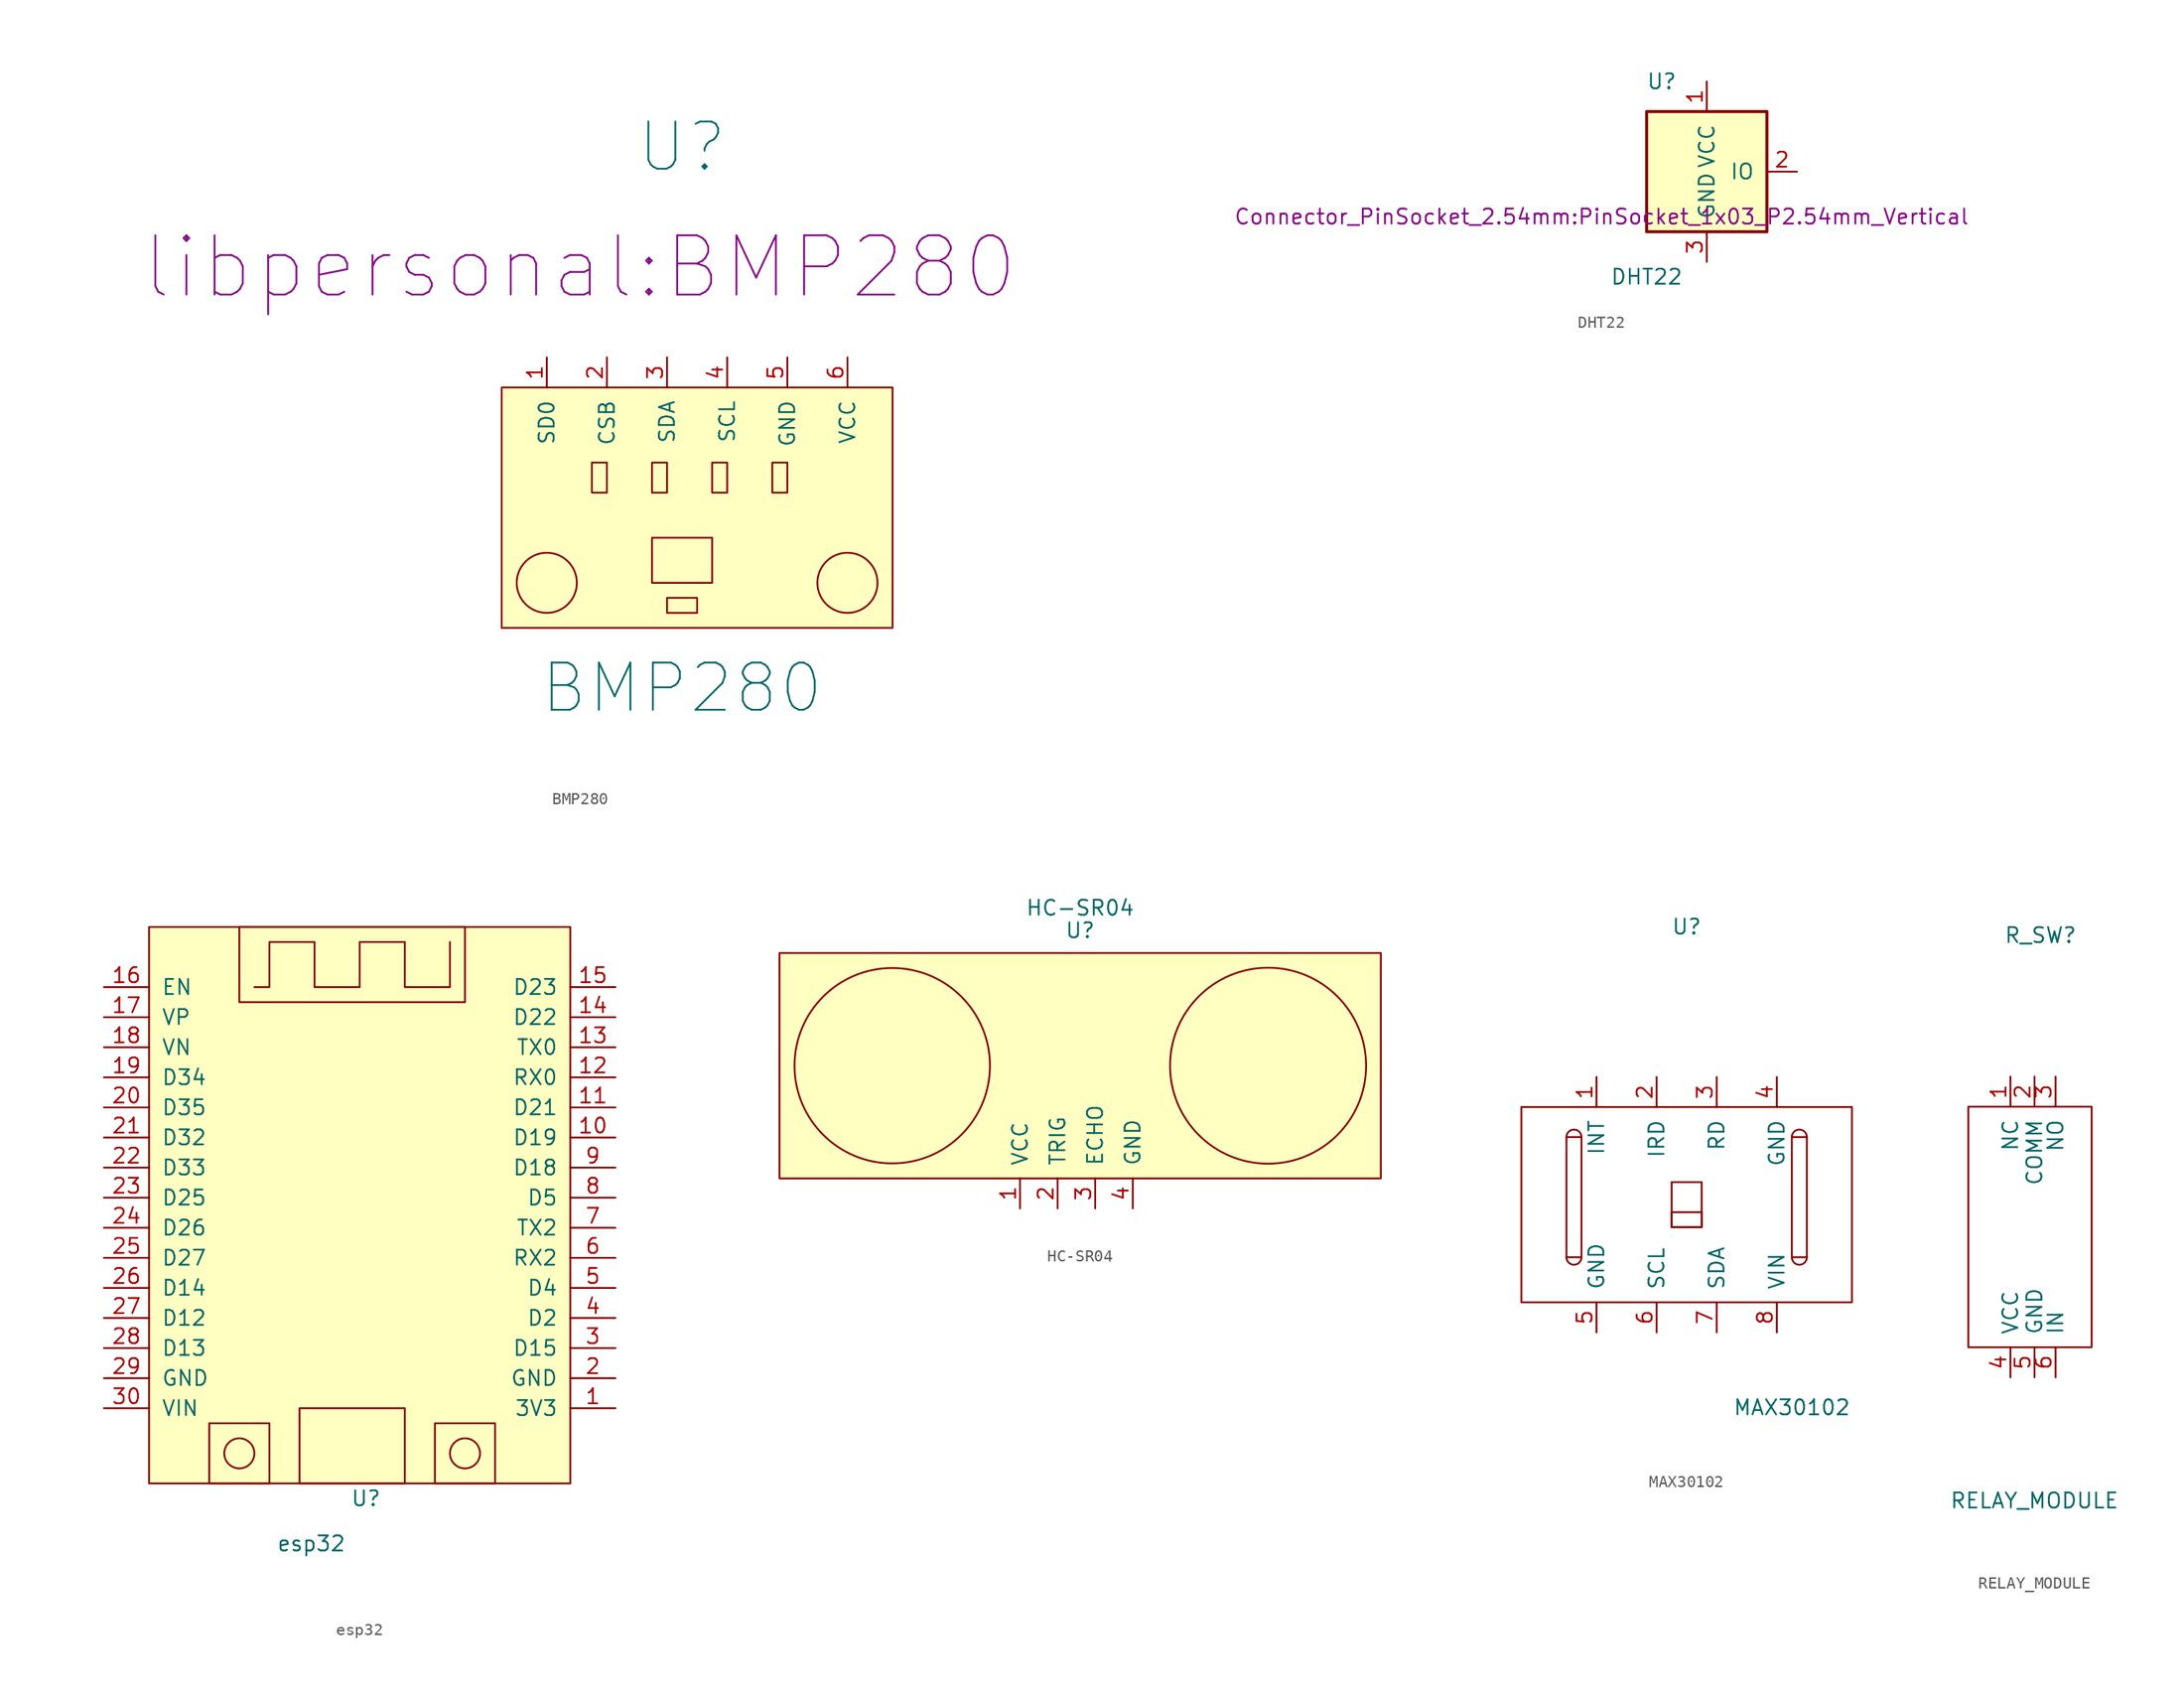
<source format=kicad_sym>
(kicad_symbol_lib
  (version 20211014)
  (generator kicad_symbol_editor)
  (symbol "BMP280"
    (pin_names
      (offset 1.016))
    (property "Reference" "U"
      (at 0 30.48 0)
      (effects (font (size 3.988 3.988))))
    (property "Value" "BMP280"
      (at 0 -15.24 0)
      (effects (font (size 3.988 3.988))))
    (property "Footprint" "libpersonal:BMP280"
      (at -8.636 20.32 0)
      (effects (font (size 5.004 5.004))))
    (symbol "BMP280_0_1"
      (rectangle (start -15.24 10.16) (end 17.78 -10.16) (stroke (width 0) (type default) (color 0 0 0 0)) (fill (type background)))
      (circle (center -11.43 -6.35) (radius 2.54) (stroke (width 0) (type default) (color 0 0 0 0)) (fill (type none)))
      (rectangle (start -7.62 3.81) (end -6.35 1.27) (stroke (width 0) (type default) (color 0 0 0 0)) (fill (type none)))
      (rectangle (start -2.54 -2.54) (end 2.54 -6.35) (stroke (width 0) (type default) (color 0 0 0 0)) (fill (type none)))
      (rectangle (start -2.54 3.81) (end -1.27 1.27) (stroke (width 0) (type default) (color 0 0 0 0)) (fill (type none)))
      (rectangle (start -1.27 -7.62) (end 1.27 -8.89) (stroke (width 0) (type default) (color 0 0 0 0)) (fill (type none)))
      (rectangle (start 2.54 3.81) (end 3.81 1.27) (stroke (width 0) (type default) (color 0 0 0 0)) (fill (type none)))
      (rectangle (start 7.62 3.81) (end 8.89 1.27) (stroke (width 0) (type default) (color 0 0 0 0)) (fill (type none)))
      (circle (center 13.97 -6.35) (radius 2.54) (stroke (width 0) (type default) (color 0 0 0 0)) (fill (type none))))
    (symbol "BMP280_1_1"
      (pin bidirectional line (at -11.43 12.7 270) (length 2.54) (name "SD0" (effects (font (size 1.27 1.27)))) (number "1" (effects (font (size 1.27 1.27)))))
      (pin bidirectional line (at -6.35 12.7 270) (length 2.54) (name "CSB" (effects (font (size 1.27 1.27)))) (number "2" (effects (font (size 1.27 1.27)))))
      (pin bidirectional line (at -1.27 12.7 270) (length 2.54) (name "SDA" (effects (font (size 1.27 1.27)))) (number "3" (effects (font (size 1.27 1.27)))))
      (pin bidirectional line (at 3.81 12.7 270) (length 2.54) (name "SCL" (effects (font (size 1.27 1.27)))) (number "4" (effects (font (size 1.27 1.27)))))
      (pin power_in line (at 8.89 12.7 270) (length 2.54) (name "GND" (effects (font (size 1.27 1.27)))) (number "5" (effects (font (size 1.27 1.27)))))
      (pin power_in line (at 13.97 12.7 270) (length 2.54) (name "VCC" (effects (font (size 1.27 1.27)))) (number "6" (effects (font (size 1.27 1.27)))))))
  (symbol "DHT22"
    (pin_names
      (offset 1.016))
    (property "Reference" "U"
      (at -3.81 8.89 0)
      (effects (font (size 1.27 1.27))))
    (property "Value" "DHT22"
      (at -5.08 -7.62 0)
      (effects (font (size 1.27 1.27))))
    (property "Footprint" "Connector_PinSocket_2.54mm:PinSocket_1x03_P2.54mm_Vertical"
      (at -8.89 -2.54 0)
      (effects (font (size 1.27 1.27))))
    (symbol "DHT22_1_1"
      (rectangle (start -5.08 6.35) (end 5.08 -3.81) (stroke (width 0.254) (type default) (color 0 0 0 0)) (fill (type background)))
      (pin power_in line (at 0 8.89 270) (length 2.54) (name "VCC" (effects (font (size 1.27 1.27)))) (number "1" (effects (font (size 1.27 1.27)))))
      (pin bidirectional line (at 7.62 1.27 180) (length 2.54) (name "IO" (effects (font (size 1.27 1.27)))) (number "2" (effects (font (size 1.27 1.27)))))
      (pin power_in line (at 0 -6.35 90) (length 2.54) (name "GND" (effects (font (size 1.27 1.27)))) (number "3" (effects (font (size 1.27 1.27)))))
      (pin no_connect line (at -5.08 1.27 0) (length 2.54) hide (name "NC" (effects (font (size 1.27 1.27)))) (number "4" (effects (font (size 1.27 1.27)))))))
  (symbol "esp32"
    (pin_names
      (offset 1.016))
    (property "Reference" "U"
      (at 22.12 -1.27 0)
      (effects (font (size 1.27 1.27))))
    (property "Value" "esp32"
      (at 17.508 -5.08 0)
      (effects (font (size 1.27 1.27))))
    (symbol "esp32_0_1"
      (polyline (pts (xy 29.21 45.72) (xy 29.21 41.91) (xy 25.4 41.91) (xy 25.4 45.72) (xy 21.59 45.72) (xy 21.59 41.91) (xy 17.78 41.91) (xy 17.78 45.72) (xy 13.97 45.72) (xy 13.97 41.91) (xy 12.7 41.91)) (stroke (width 0) (type default) (color 0 0 0 0)) (fill (type none)))
      (circle (center 11.43 2.54) (radius 1.27) (stroke (width 0) (type default) (color 0 0 0 0)) (fill (type none)))
      (rectangle (start 13.97 0) (end 8.89 5.08) (stroke (width 0) (type default) (color 0 0 0 0)) (fill (type none)))
      (rectangle (start 25.4 0) (end 16.51 6.35) (stroke (width 0) (type default) (color 0 0 0 0)) (fill (type none)))
      (circle (center 30.48 2.54) (radius 1.27) (stroke (width 0) (type default) (color 0 0 0 0)) (fill (type none)))
      (rectangle (start 30.48 46.99) (end 11.43 40.64) (stroke (width 0) (type default) (color 0 0 0 0)) (fill (type none)))
      (rectangle (start 33.02 0) (end 27.94 5.08) (stroke (width 0) (type default) (color 0 0 0 0)) (fill (type none)))
      (rectangle (start 39.37 0) (end 3.81 46.99) (stroke (width 0) (type default) (color 0 0 0 0)) (fill (type background))))
    (symbol "esp32_1_0"
      (pin power_out line (at 43.18 6.35 180) (length 3.81) (name "3V3" (effects (font (size 1.27 1.27)))) (number "1" (effects (font (size 1.27 1.27))))))
    (symbol "esp32_1_1"
      (pin bidirectional line (at 43.18 29.21 180) (length 3.81) (name "D19" (effects (font (size 1.27 1.27)))) (number "10" (effects (font (size 1.27 1.27)))))
      (pin bidirectional line (at 43.18 31.75 180) (length 3.81) (name "D21" (effects (font (size 1.27 1.27)))) (number "11" (effects (font (size 1.27 1.27)))))
      (pin input line (at 43.18 34.29 180) (length 3.81) (name "RX0" (effects (font (size 1.27 1.27)))) (number "12" (effects (font (size 1.27 1.27)))))
      (pin output line (at 43.18 36.83 180) (length 3.81) (name "TX0" (effects (font (size 1.27 1.27)))) (number "13" (effects (font (size 1.27 1.27)))))
      (pin bidirectional line (at 43.18 39.37 180) (length 3.81) (name "D22" (effects (font (size 1.27 1.27)))) (number "14" (effects (font (size 1.27 1.27)))))
      (pin bidirectional line (at 43.18 41.91 180) (length 3.81) (name "D23" (effects (font (size 1.27 1.27)))) (number "15" (effects (font (size 1.27 1.27)))))
      (pin bidirectional line (at 0 41.91 0) (length 3.81) (name "EN" (effects (font (size 1.27 1.27)))) (number "16" (effects (font (size 1.27 1.27)))))
      (pin bidirectional line (at 0 39.37 0) (length 3.81) (name "VP" (effects (font (size 1.27 1.27)))) (number "17" (effects (font (size 1.27 1.27)))))
      (pin bidirectional line (at 0 36.83 0) (length 3.81) (name "VN" (effects (font (size 1.27 1.27)))) (number "18" (effects (font (size 1.27 1.27)))))
      (pin bidirectional line (at 0 34.29 0) (length 3.81) (name "D34" (effects (font (size 1.27 1.27)))) (number "19" (effects (font (size 1.27 1.27)))))
      (pin bidirectional line (at 43.18 8.89 180) (length 3.81) (name "GND" (effects (font (size 1.27 1.27)))) (number "2" (effects (font (size 1.27 1.27)))))
      (pin bidirectional line (at 0 31.75 0) (length 3.81) (name "D35" (effects (font (size 1.27 1.27)))) (number "20" (effects (font (size 1.27 1.27)))))
      (pin bidirectional line (at 0 29.21 0) (length 3.81) (name "D32" (effects (font (size 1.27 1.27)))) (number "21" (effects (font (size 1.27 1.27)))))
      (pin bidirectional line (at 0 26.67 0) (length 3.81) (name "D33" (effects (font (size 1.27 1.27)))) (number "22" (effects (font (size 1.27 1.27)))))
      (pin bidirectional line (at 0 24.13 0) (length 3.81) (name "D25" (effects (font (size 1.27 1.27)))) (number "23" (effects (font (size 1.27 1.27)))))
      (pin bidirectional line (at 0 21.59 0) (length 3.81) (name "D26" (effects (font (size 1.27 1.27)))) (number "24" (effects (font (size 1.27 1.27)))))
      (pin bidirectional line (at 0 19.05 0) (length 3.81) (name "D27" (effects (font (size 1.27 1.27)))) (number "25" (effects (font (size 1.27 1.27)))))
      (pin bidirectional line (at 0 16.51 0) (length 3.81) (name "D14" (effects (font (size 1.27 1.27)))) (number "26" (effects (font (size 1.27 1.27)))))
      (pin bidirectional line (at 0 13.97 0) (length 3.81) (name "D12" (effects (font (size 1.27 1.27)))) (number "27" (effects (font (size 1.27 1.27)))))
      (pin bidirectional line (at 0 11.43 0) (length 3.81) (name "D13" (effects (font (size 1.27 1.27)))) (number "28" (effects (font (size 1.27 1.27)))))
      (pin power_in line (at 0 8.89 0) (length 3.81) (name "GND" (effects (font (size 1.27 1.27)))) (number "29" (effects (font (size 1.27 1.27)))))
      (pin bidirectional line (at 43.18 11.43 180) (length 3.81) (name "D15" (effects (font (size 1.27 1.27)))) (number "3" (effects (font (size 1.27 1.27)))))
      (pin power_in line (at 0 6.35 0) (length 3.81) (name "VIN" (effects (font (size 1.27 1.27)))) (number "30" (effects (font (size 1.27 1.27)))))
      (pin bidirectional line (at 43.18 13.97 180) (length 3.81) (name "D2" (effects (font (size 1.27 1.27)))) (number "4" (effects (font (size 1.27 1.27)))))
      (pin bidirectional line (at 43.18 16.51 180) (length 3.81) (name "D4" (effects (font (size 1.27 1.27)))) (number "5" (effects (font (size 1.27 1.27)))))
      (pin input line (at 43.18 19.05 180) (length 3.81) (name "RX2" (effects (font (size 1.27 1.27)))) (number "6" (effects (font (size 1.27 1.27)))))
      (pin output line (at 43.18 21.59 180) (length 3.81) (name "TX2" (effects (font (size 1.27 1.27)))) (number "7" (effects (font (size 1.27 1.27)))))
      (pin bidirectional line (at 43.18 24.13 180) (length 3.81) (name "D5" (effects (font (size 1.27 1.27)))) (number "8" (effects (font (size 1.27 1.27)))))
      (pin bidirectional line (at 43.18 26.67 180) (length 3.81) (name "D18" (effects (font (size 1.27 1.27)))) (number "9" (effects (font (size 1.27 1.27)))))))
  (symbol "HC-SR04"
    (pin_names
      (offset 1.016))
    (property "Reference" "U"
      (at 0 20.955 0)
      (effects (font (size 1.27 1.27))))
    (property "Value" "HC-SR04"
      (at 0 22.86 0)
      (effects (font (size 1.27 1.27))))
    (symbol "HC-SR04_0_1"
      (rectangle (start -25.4 0) (end 25.4 19.05) (stroke (width 0) (type default) (color 0 0 0 0)) (fill (type background)))
      (circle (center -15.875 9.525) (radius 8.255) (stroke (width 0) (type default) (color 0 0 0 0)) (fill (type none)))
      (circle (center 15.875 9.525) (radius 8.28) (stroke (width 0) (type default) (color 0 0 0 0)) (fill (type none))))
    (symbol "HC-SR04_1_1"
      (pin power_in line (at -5.08 -2.54 90) (length 2.54) (name "VCC" (effects (font (size 1.27 1.27)))) (number "1" (effects (font (size 1.27 1.27)))))
      (pin output line (at -1.905 -2.54 90) (length 2.54) (name "TRIG" (effects (font (size 1.27 1.27)))) (number "2" (effects (font (size 1.27 1.27)))))
      (pin input line (at 1.27 -2.54 90) (length 2.54) (name "ECHO" (effects (font (size 1.27 1.27)))) (number "3" (effects (font (size 1.27 1.27)))))
      (pin power_in line (at 4.445 -2.54 90) (length 2.54) (name "GND" (effects (font (size 1.27 1.27)))) (number "4" (effects (font (size 1.27 1.27)))))))
  (symbol "MAX30102"
    (pin_names
      (offset 1.016))
    (property "Reference" "U"
      (at 0 22.86 0)
      (effects (font (size 1.27 1.27))))
    (property "Value" "MAX30102"
      (at 8.89 -17.78 0)
      (effects (font (size 1.27 1.27))))
    (symbol "MAX30102_0_1"
      (rectangle (start -13.97 7.62) (end 13.97 -8.89) (stroke (width 0) (type default) (color 0 0 0 0)) (fill (type none)))
      (arc (start -10.16 -5.08) (mid -9.525 -5.715) (end -8.89 -5.08) (stroke (width 0) (type default) (color 0 0 0 0)) (fill (type none)))
      (rectangle (start -10.16 5.08) (end -8.89 -5.08) (stroke (width 0) (type default) (color 0 0 0 0)) (fill (type none)))
      (arc (start -8.89 5.08) (mid -9.525 5.715) (end -10.16 5.08) (stroke (width 0) (type default) (color 0 0 0 0)) (fill (type none)))
      (rectangle (start -1.27 -1.27) (end 1.27 -2.54) (stroke (width 0) (type default) (color 0 0 0 0)) (fill (type none)))
      (rectangle (start -1.27 1.27) (end 1.27 -2.54) (stroke (width 0) (type default) (color 0 0 0 0)) (fill (type none)))
      (arc (start 8.89 -5.08) (mid 9.525 -5.715) (end 10.16 -5.08) (stroke (width 0) (type default) (color 0 0 0 0)) (fill (type none)))
      (rectangle (start 10.16 5.08) (end 8.89 -5.08) (stroke (width 0) (type default) (color 0 0 0 0)) (fill (type none)))
      (arc (start 10.16 5.08) (mid 9.525 5.715) (end 8.89 5.08) (stroke (width 0) (type default) (color 0 0 0 0)) (fill (type none))))
    (symbol "MAX30102_1_1"
      (pin input line (at -7.62 10.16 270) (length 2.54) (name "INT" (effects (font (size 1.27 1.27)))) (number "1" (effects (font (size 1.27 1.27)))))
      (pin bidirectional line (at -2.54 10.16 270) (length 2.54) (name "IRD" (effects (font (size 1.27 1.27)))) (number "2" (effects (font (size 1.27 1.27)))))
      (pin bidirectional line (at 2.54 10.16 270) (length 2.54) (name "RD" (effects (font (size 1.27 1.27)))) (number "3" (effects (font (size 1.27 1.27)))))
      (pin input line (at 7.62 10.16 270) (length 2.54) (name "GND" (effects (font (size 1.27 1.27)))) (number "4" (effects (font (size 1.27 1.27)))))
      (pin input line (at -7.62 -11.43 90) (length 2.54) (name "GND" (effects (font (size 1.27 1.27)))) (number "5" (effects (font (size 1.27 1.27)))))
      (pin bidirectional line (at -2.54 -11.43 90) (length 2.54) (name "SCL" (effects (font (size 1.27 1.27)))) (number "6" (effects (font (size 1.27 1.27)))))
      (pin bidirectional line (at 2.54 -11.43 90) (length 2.54) (name "SDA" (effects (font (size 1.27 1.27)))) (number "7" (effects (font (size 1.27 1.27)))))
      (pin input line (at 7.62 -11.43 90) (length 2.54) (name "VIN" (effects (font (size 1.27 1.27)))) (number "8" (effects (font (size 1.27 1.27)))))))
  (symbol "RELAY_MODULE"
    (pin_names
      (offset 1.016))
    (property "Reference" "R_SW"
      (at 0.508 24.892 0)
      (effects (font (size 1.27 1.27))))
    (property "Value" "RELAY_MODULE"
      (at 0 -22.86 0)
      (effects (font (size 1.27 1.27))))
    (symbol "RELAY_MODULE_0_1"
      (rectangle (start -5.588 10.414) (end 4.826 -9.906) (stroke (width 0) (type default) (color 0 0 0 0)) (fill (type none))))
    (symbol "RELAY_MODULE_1_1"
      (pin bidirectional line (at -2.032 12.954 270) (length 2.54) (name "NC" (effects (font (size 1.27 1.27)))) (number "1" (effects (font (size 1.27 1.27)))))
      (pin bidirectional line (at 0 12.954 270) (length 2.54) (name "COMM" (effects (font (size 1.27 1.27)))) (number "2" (effects (font (size 1.27 1.27)))))
      (pin bidirectional line (at 1.778 12.954 270) (length 2.54) (name "NO" (effects (font (size 1.27 1.27)))) (number "3" (effects (font (size 1.27 1.27)))))
      (pin power_in line (at -2.032 -12.446 90) (length 2.54) (name "VCC" (effects (font (size 1.27 1.27)))) (number "4" (effects (font (size 1.27 1.27)))))
      (pin power_in line (at 0 -12.446 90) (length 2.54) (name "GND" (effects (font (size 1.27 1.27)))) (number "5" (effects (font (size 1.27 1.27)))))
      (pin input line (at 1.778 -12.446 90) (length 2.54) (name "IN" (effects (font (size 1.27 1.27)))) (number "6" (effects (font (size 1.27 1.27))))))))
</source>
